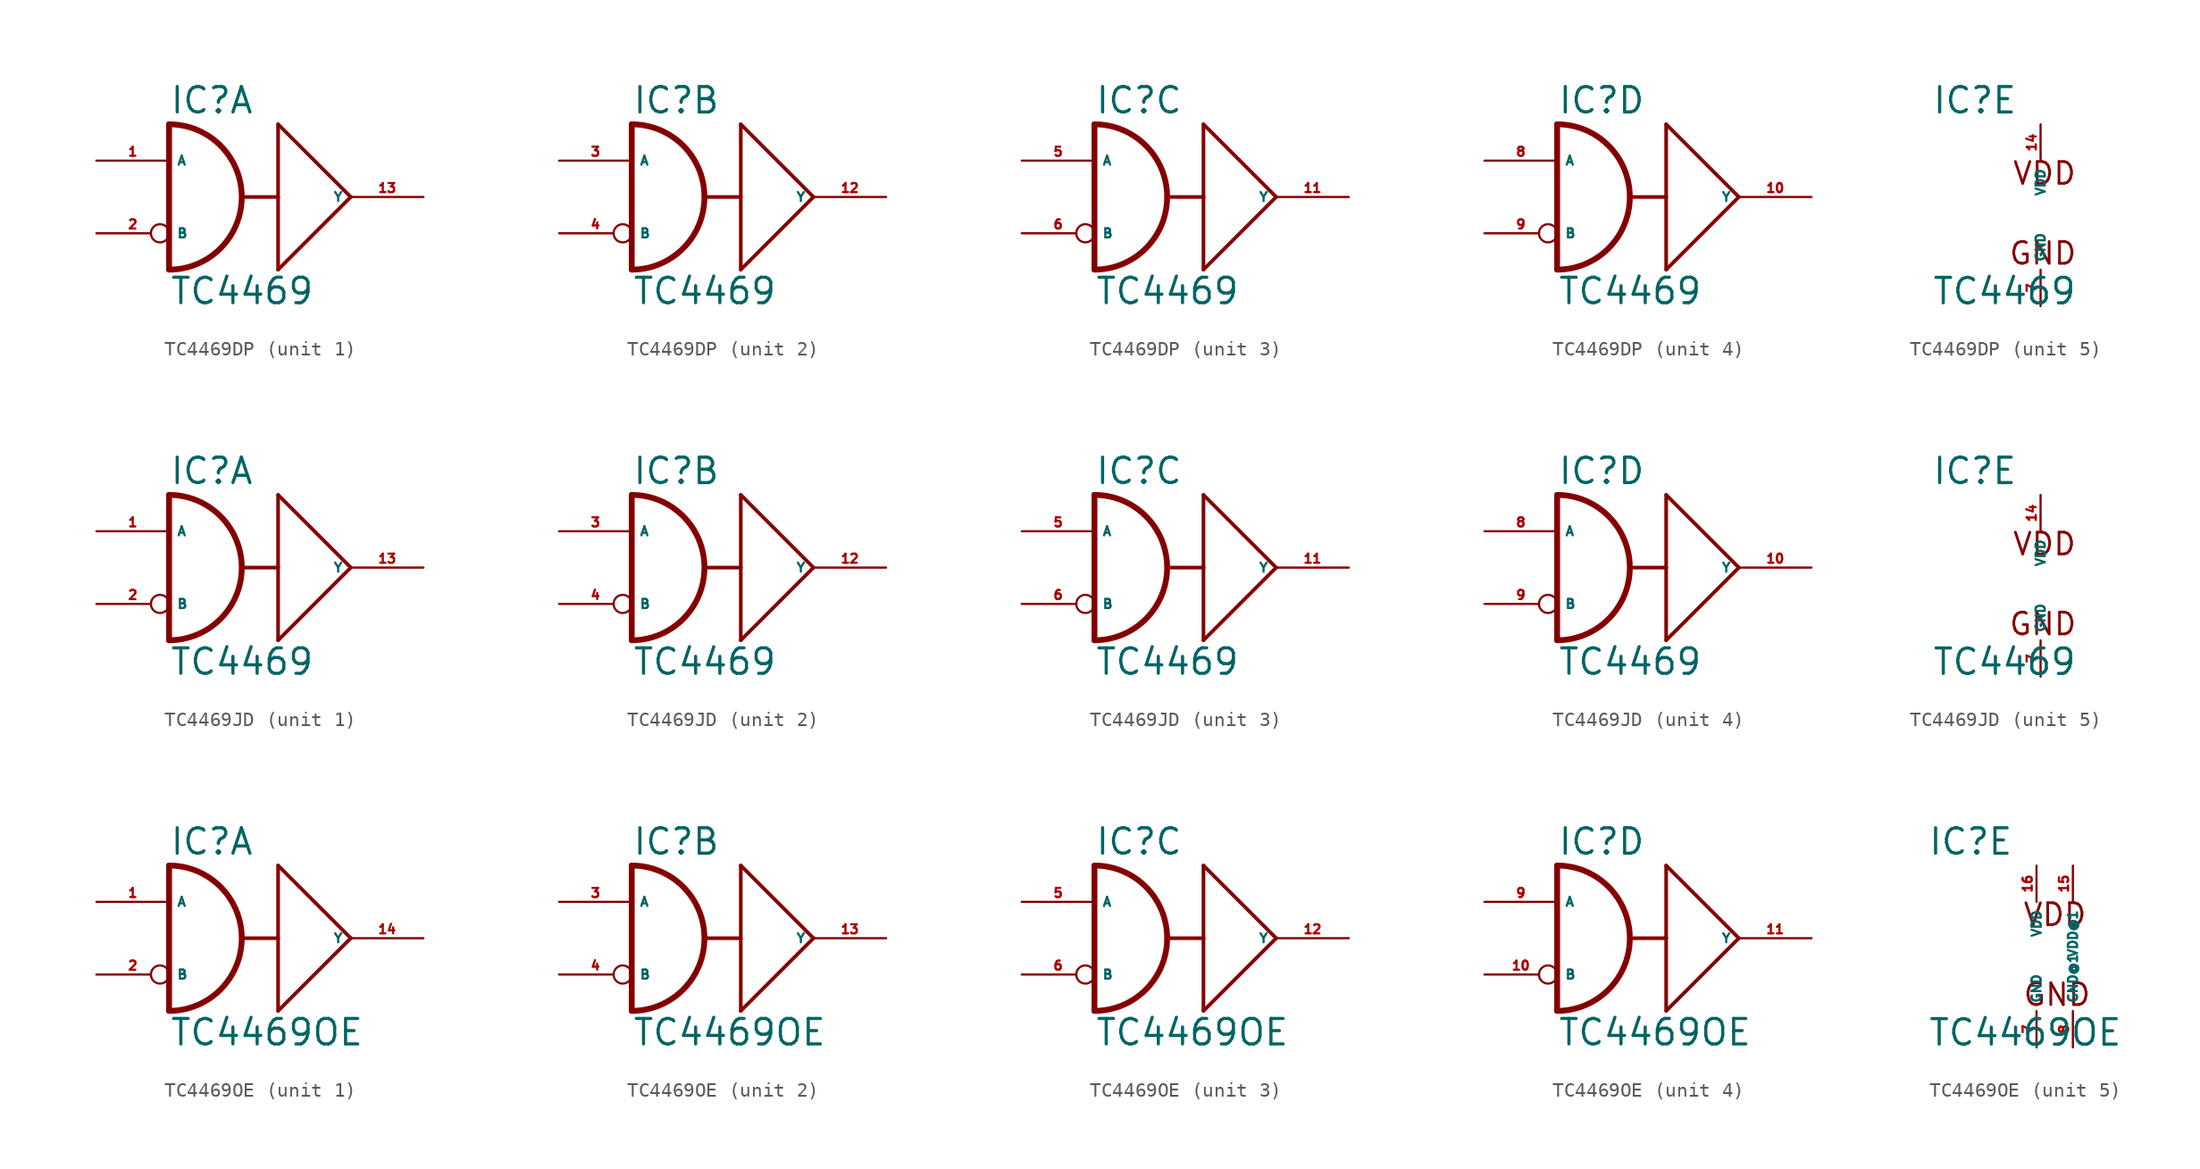
<source format=kicad_sym>
(kicad_symbol_lib
  (version 20220914)
  (generator Eagle2Kicad)
  (symbol "TC4469DP"
    (property "Reference" "IC"
      (at -7.62 5.715 0)
      (effects (font (size 1.778 1.778) (thickness 0.22)) (justify left bottom)))
    (property "Value" "TC4469"
      (at -7.62 -7.62 0)
      (effects (font (size 1.778 1.778) (thickness 0.22)) (justify left bottom)))
    (symbol "TC4469DP_1_0"
      (arc (start -7.62 -5.08) (mid -2.540 0.000) (end -7.62 5.08) (stroke (width 0.4064) (type default)) (fill (type none)))
      (polyline (pts (xy -7.62 5.08) (xy -7.62 -5.08)) (stroke (width 0.406) (type default)) (fill (type none)))
      (polyline (pts (xy 5.08 0) (xy 0 5.08)) (stroke (width 0.254) (type default)) (fill (type none)))
      (polyline (pts (xy 0 5.08) (xy 0 0)) (stroke (width 0.254) (type default)) (fill (type none)))
      (polyline (pts (xy 0 0) (xy 0 -5.08)) (stroke (width 0.254) (type default)) (fill (type none)))
      (polyline (pts (xy 0 -5.08) (xy 5.08 0)) (stroke (width 0.254) (type default)) (fill (type none)))
      (polyline (pts (xy -2.54 0) (xy 0 0)) (stroke (width 0.254) (type default)) (fill (type none)))
      (pin input line (at -12.7 2.54 0) (length 5.08) (name "A" (effects (font (size 0.635 0.635) (thickness 0.08)) (justify left bottom))) (number "1" (effects (font (size 0.635 0.635) (thickness 0.08)) (justify left bottom))))
      (pin input inverted (at -12.7 -2.54 0) (length 5.08) (name "B" (effects (font (size 0.635 0.635) (thickness 0.08)) (justify left bottom))) (number "2" (effects (font (size 0.635 0.635) (thickness 0.08)) (justify left bottom))))
      (pin output line (at 10.16 0 180) (length 5.08) (name "Y" (effects (font (size 0.635 0.635) (thickness 0.08)) (justify left bottom))) (number "13" (effects (font (size 0.635 0.635) (thickness 0.08)) (justify left bottom)))))
    (symbol "TC4469DP_2_0"
      (arc (start -7.62 -5.08) (mid -2.540 0.000) (end -7.62 5.08) (stroke (width 0.4064) (type default)) (fill (type none)))
      (polyline (pts (xy -7.62 5.08) (xy -7.62 -5.08)) (stroke (width 0.406) (type default)) (fill (type none)))
      (polyline (pts (xy 5.08 0) (xy 0 5.08)) (stroke (width 0.254) (type default)) (fill (type none)))
      (polyline (pts (xy 0 5.08) (xy 0 0)) (stroke (width 0.254) (type default)) (fill (type none)))
      (polyline (pts (xy 0 0) (xy 0 -5.08)) (stroke (width 0.254) (type default)) (fill (type none)))
      (polyline (pts (xy 0 -5.08) (xy 5.08 0)) (stroke (width 0.254) (type default)) (fill (type none)))
      (polyline (pts (xy -2.54 0) (xy 0 0)) (stroke (width 0.254) (type default)) (fill (type none)))
      (pin input line (at -12.7 2.54 0) (length 5.08) (name "A" (effects (font (size 0.635 0.635) (thickness 0.08)) (justify left bottom))) (number "3" (effects (font (size 0.635 0.635) (thickness 0.08)) (justify left bottom))))
      (pin input inverted (at -12.7 -2.54 0) (length 5.08) (name "B" (effects (font (size 0.635 0.635) (thickness 0.08)) (justify left bottom))) (number "4" (effects (font (size 0.635 0.635) (thickness 0.08)) (justify left bottom))))
      (pin output line (at 10.16 0 180) (length 5.08) (name "Y" (effects (font (size 0.635 0.635) (thickness 0.08)) (justify left bottom))) (number "12" (effects (font (size 0.635 0.635) (thickness 0.08)) (justify left bottom)))))
    (symbol "TC4469DP_3_0"
      (arc (start -7.62 -5.08) (mid -2.540 0.000) (end -7.62 5.08) (stroke (width 0.4064) (type default)) (fill (type none)))
      (polyline (pts (xy -7.62 5.08) (xy -7.62 -5.08)) (stroke (width 0.406) (type default)) (fill (type none)))
      (polyline (pts (xy 5.08 0) (xy 0 5.08)) (stroke (width 0.254) (type default)) (fill (type none)))
      (polyline (pts (xy 0 5.08) (xy 0 0)) (stroke (width 0.254) (type default)) (fill (type none)))
      (polyline (pts (xy 0 0) (xy 0 -5.08)) (stroke (width 0.254) (type default)) (fill (type none)))
      (polyline (pts (xy 0 -5.08) (xy 5.08 0)) (stroke (width 0.254) (type default)) (fill (type none)))
      (polyline (pts (xy -2.54 0) (xy 0 0)) (stroke (width 0.254) (type default)) (fill (type none)))
      (pin input line (at -12.7 2.54 0) (length 5.08) (name "A" (effects (font (size 0.635 0.635) (thickness 0.08)) (justify left bottom))) (number "5" (effects (font (size 0.635 0.635) (thickness 0.08)) (justify left bottom))))
      (pin input inverted (at -12.7 -2.54 0) (length 5.08) (name "B" (effects (font (size 0.635 0.635) (thickness 0.08)) (justify left bottom))) (number "6" (effects (font (size 0.635 0.635) (thickness 0.08)) (justify left bottom))))
      (pin output line (at 10.16 0 180) (length 5.08) (name "Y" (effects (font (size 0.635 0.635) (thickness 0.08)) (justify left bottom))) (number "11" (effects (font (size 0.635 0.635) (thickness 0.08)) (justify left bottom)))))
    (symbol "TC4469DP_4_0"
      (arc (start -7.62 -5.08) (mid -2.540 0.000) (end -7.62 5.08) (stroke (width 0.4064) (type default)) (fill (type none)))
      (polyline (pts (xy -7.62 5.08) (xy -7.62 -5.08)) (stroke (width 0.406) (type default)) (fill (type none)))
      (polyline (pts (xy 5.08 0) (xy 0 5.08)) (stroke (width 0.254) (type default)) (fill (type none)))
      (polyline (pts (xy 0 5.08) (xy 0 0)) (stroke (width 0.254) (type default)) (fill (type none)))
      (polyline (pts (xy 0 0) (xy 0 -5.08)) (stroke (width 0.254) (type default)) (fill (type none)))
      (polyline (pts (xy 0 -5.08) (xy 5.08 0)) (stroke (width 0.254) (type default)) (fill (type none)))
      (polyline (pts (xy -2.54 0) (xy 0 0)) (stroke (width 0.254) (type default)) (fill (type none)))
      (pin input line (at -12.7 2.54 0) (length 5.08) (name "A" (effects (font (size 0.635 0.635) (thickness 0.08)) (justify left bottom))) (number "8" (effects (font (size 0.635 0.635) (thickness 0.08)) (justify left bottom))))
      (pin input inverted (at -12.7 -2.54 0) (length 5.08) (name "B" (effects (font (size 0.635 0.635) (thickness 0.08)) (justify left bottom))) (number "9" (effects (font (size 0.635 0.635) (thickness 0.08)) (justify left bottom))))
      (pin output line (at 10.16 0 180) (length 5.08) (name "Y" (effects (font (size 0.635 0.635) (thickness 0.08)) (justify left bottom))) (number "10" (effects (font (size 0.635 0.635) (thickness 0.08)) (justify left bottom)))))
    (symbol "TC4469DP_5_0"
      (text "VDD" (at -2.032 0.762 0) (effects (font (size 1.524 1.524) (thickness 0.19)) (justify left bottom)))
      (text "GND" (at -2.286 -4.826 0) (effects (font (size 1.524 1.524) (thickness 0.19)) (justify left bottom)))
      (pin unspecified line (at 0 5.08 270) (length 2.54) (name "VDD" (effects (font (size 0.635 0.635) (thickness 0.08)) (justify left bottom))) (number "14" (effects (font (size 0.635 0.635) (thickness 0.08)) (justify left bottom))))
      (pin unspecified line (at 0 -7.62 90) (length 2.54) (name "GND" (effects (font (size 0.635 0.635) (thickness 0.08)) (justify left bottom))) (number "7" (effects (font (size 0.635 0.635) (thickness 0.08)) (justify left bottom))))))
  (symbol "TC4469JD"
    (property "Reference" "IC"
      (at -7.62 5.715 0)
      (effects (font (size 1.778 1.778) (thickness 0.22)) (justify left bottom)))
    (property "Value" "TC4469"
      (at -7.62 -7.62 0)
      (effects (font (size 1.778 1.778) (thickness 0.22)) (justify left bottom)))
    (symbol "TC4469JD_1_0"
      (arc (start -7.62 -5.08) (mid -2.540 0.000) (end -7.62 5.08) (stroke (width 0.4064) (type default)) (fill (type none)))
      (polyline (pts (xy -7.62 5.08) (xy -7.62 -5.08)) (stroke (width 0.406) (type default)) (fill (type none)))
      (polyline (pts (xy 5.08 0) (xy 0 5.08)) (stroke (width 0.254) (type default)) (fill (type none)))
      (polyline (pts (xy 0 5.08) (xy 0 0)) (stroke (width 0.254) (type default)) (fill (type none)))
      (polyline (pts (xy 0 0) (xy 0 -5.08)) (stroke (width 0.254) (type default)) (fill (type none)))
      (polyline (pts (xy 0 -5.08) (xy 5.08 0)) (stroke (width 0.254) (type default)) (fill (type none)))
      (polyline (pts (xy -2.54 0) (xy 0 0)) (stroke (width 0.254) (type default)) (fill (type none)))
      (pin input line (at -12.7 2.54 0) (length 5.08) (name "A" (effects (font (size 0.635 0.635) (thickness 0.08)) (justify left bottom))) (number "1" (effects (font (size 0.635 0.635) (thickness 0.08)) (justify left bottom))))
      (pin input inverted (at -12.7 -2.54 0) (length 5.08) (name "B" (effects (font (size 0.635 0.635) (thickness 0.08)) (justify left bottom))) (number "2" (effects (font (size 0.635 0.635) (thickness 0.08)) (justify left bottom))))
      (pin output line (at 10.16 0 180) (length 5.08) (name "Y" (effects (font (size 0.635 0.635) (thickness 0.08)) (justify left bottom))) (number "13" (effects (font (size 0.635 0.635) (thickness 0.08)) (justify left bottom)))))
    (symbol "TC4469JD_2_0"
      (arc (start -7.62 -5.08) (mid -2.540 0.000) (end -7.62 5.08) (stroke (width 0.4064) (type default)) (fill (type none)))
      (polyline (pts (xy -7.62 5.08) (xy -7.62 -5.08)) (stroke (width 0.406) (type default)) (fill (type none)))
      (polyline (pts (xy 5.08 0) (xy 0 5.08)) (stroke (width 0.254) (type default)) (fill (type none)))
      (polyline (pts (xy 0 5.08) (xy 0 0)) (stroke (width 0.254) (type default)) (fill (type none)))
      (polyline (pts (xy 0 0) (xy 0 -5.08)) (stroke (width 0.254) (type default)) (fill (type none)))
      (polyline (pts (xy 0 -5.08) (xy 5.08 0)) (stroke (width 0.254) (type default)) (fill (type none)))
      (polyline (pts (xy -2.54 0) (xy 0 0)) (stroke (width 0.254) (type default)) (fill (type none)))
      (pin input line (at -12.7 2.54 0) (length 5.08) (name "A" (effects (font (size 0.635 0.635) (thickness 0.08)) (justify left bottom))) (number "3" (effects (font (size 0.635 0.635) (thickness 0.08)) (justify left bottom))))
      (pin input inverted (at -12.7 -2.54 0) (length 5.08) (name "B" (effects (font (size 0.635 0.635) (thickness 0.08)) (justify left bottom))) (number "4" (effects (font (size 0.635 0.635) (thickness 0.08)) (justify left bottom))))
      (pin output line (at 10.16 0 180) (length 5.08) (name "Y" (effects (font (size 0.635 0.635) (thickness 0.08)) (justify left bottom))) (number "12" (effects (font (size 0.635 0.635) (thickness 0.08)) (justify left bottom)))))
    (symbol "TC4469JD_3_0"
      (arc (start -7.62 -5.08) (mid -2.540 0.000) (end -7.62 5.08) (stroke (width 0.4064) (type default)) (fill (type none)))
      (polyline (pts (xy -7.62 5.08) (xy -7.62 -5.08)) (stroke (width 0.406) (type default)) (fill (type none)))
      (polyline (pts (xy 5.08 0) (xy 0 5.08)) (stroke (width 0.254) (type default)) (fill (type none)))
      (polyline (pts (xy 0 5.08) (xy 0 0)) (stroke (width 0.254) (type default)) (fill (type none)))
      (polyline (pts (xy 0 0) (xy 0 -5.08)) (stroke (width 0.254) (type default)) (fill (type none)))
      (polyline (pts (xy 0 -5.08) (xy 5.08 0)) (stroke (width 0.254) (type default)) (fill (type none)))
      (polyline (pts (xy -2.54 0) (xy 0 0)) (stroke (width 0.254) (type default)) (fill (type none)))
      (pin input line (at -12.7 2.54 0) (length 5.08) (name "A" (effects (font (size 0.635 0.635) (thickness 0.08)) (justify left bottom))) (number "5" (effects (font (size 0.635 0.635) (thickness 0.08)) (justify left bottom))))
      (pin input inverted (at -12.7 -2.54 0) (length 5.08) (name "B" (effects (font (size 0.635 0.635) (thickness 0.08)) (justify left bottom))) (number "6" (effects (font (size 0.635 0.635) (thickness 0.08)) (justify left bottom))))
      (pin output line (at 10.16 0 180) (length 5.08) (name "Y" (effects (font (size 0.635 0.635) (thickness 0.08)) (justify left bottom))) (number "11" (effects (font (size 0.635 0.635) (thickness 0.08)) (justify left bottom)))))
    (symbol "TC4469JD_4_0"
      (arc (start -7.62 -5.08) (mid -2.540 0.000) (end -7.62 5.08) (stroke (width 0.4064) (type default)) (fill (type none)))
      (polyline (pts (xy -7.62 5.08) (xy -7.62 -5.08)) (stroke (width 0.406) (type default)) (fill (type none)))
      (polyline (pts (xy 5.08 0) (xy 0 5.08)) (stroke (width 0.254) (type default)) (fill (type none)))
      (polyline (pts (xy 0 5.08) (xy 0 0)) (stroke (width 0.254) (type default)) (fill (type none)))
      (polyline (pts (xy 0 0) (xy 0 -5.08)) (stroke (width 0.254) (type default)) (fill (type none)))
      (polyline (pts (xy 0 -5.08) (xy 5.08 0)) (stroke (width 0.254) (type default)) (fill (type none)))
      (polyline (pts (xy -2.54 0) (xy 0 0)) (stroke (width 0.254) (type default)) (fill (type none)))
      (pin input line (at -12.7 2.54 0) (length 5.08) (name "A" (effects (font (size 0.635 0.635) (thickness 0.08)) (justify left bottom))) (number "8" (effects (font (size 0.635 0.635) (thickness 0.08)) (justify left bottom))))
      (pin input inverted (at -12.7 -2.54 0) (length 5.08) (name "B" (effects (font (size 0.635 0.635) (thickness 0.08)) (justify left bottom))) (number "9" (effects (font (size 0.635 0.635) (thickness 0.08)) (justify left bottom))))
      (pin output line (at 10.16 0 180) (length 5.08) (name "Y" (effects (font (size 0.635 0.635) (thickness 0.08)) (justify left bottom))) (number "10" (effects (font (size 0.635 0.635) (thickness 0.08)) (justify left bottom)))))
    (symbol "TC4469JD_5_0"
      (text "VDD" (at -2.032 0.762 0) (effects (font (size 1.524 1.524) (thickness 0.19)) (justify left bottom)))
      (text "GND" (at -2.286 -4.826 0) (effects (font (size 1.524 1.524) (thickness 0.19)) (justify left bottom)))
      (pin unspecified line (at 0 5.08 270) (length 2.54) (name "VDD" (effects (font (size 0.635 0.635) (thickness 0.08)) (justify left bottom))) (number "14" (effects (font (size 0.635 0.635) (thickness 0.08)) (justify left bottom))))
      (pin unspecified line (at 0 -7.62 90) (length 2.54) (name "GND" (effects (font (size 0.635 0.635) (thickness 0.08)) (justify left bottom))) (number "7" (effects (font (size 0.635 0.635) (thickness 0.08)) (justify left bottom))))))
  (symbol "TC4469OE"
    (property "Reference" "IC"
      (at -7.62 5.715 0)
      (effects (font (size 1.778 1.778) (thickness 0.22)) (justify left bottom)))
    (property "Value" "TC4469OE"
      (at -7.62 -7.62 0)
      (effects (font (size 1.778 1.778) (thickness 0.22)) (justify left bottom)))
    (symbol "TC4469OE_1_0"
      (arc (start -7.62 -5.08) (mid -2.540 0.000) (end -7.62 5.08) (stroke (width 0.4064) (type default)) (fill (type none)))
      (polyline (pts (xy -7.62 5.08) (xy -7.62 -5.08)) (stroke (width 0.406) (type default)) (fill (type none)))
      (polyline (pts (xy 5.08 0) (xy 0 5.08)) (stroke (width 0.254) (type default)) (fill (type none)))
      (polyline (pts (xy 0 5.08) (xy 0 0)) (stroke (width 0.254) (type default)) (fill (type none)))
      (polyline (pts (xy 0 0) (xy 0 -5.08)) (stroke (width 0.254) (type default)) (fill (type none)))
      (polyline (pts (xy 0 -5.08) (xy 5.08 0)) (stroke (width 0.254) (type default)) (fill (type none)))
      (polyline (pts (xy -2.54 0) (xy 0 0)) (stroke (width 0.254) (type default)) (fill (type none)))
      (pin input line (at -12.7 2.54 0) (length 5.08) (name "A" (effects (font (size 0.635 0.635) (thickness 0.08)) (justify left bottom))) (number "1" (effects (font (size 0.635 0.635) (thickness 0.08)) (justify left bottom))))
      (pin input inverted (at -12.7 -2.54 0) (length 5.08) (name "B" (effects (font (size 0.635 0.635) (thickness 0.08)) (justify left bottom))) (number "2" (effects (font (size 0.635 0.635) (thickness 0.08)) (justify left bottom))))
      (pin output line (at 10.16 0 180) (length 5.08) (name "Y" (effects (font (size 0.635 0.635) (thickness 0.08)) (justify left bottom))) (number "14" (effects (font (size 0.635 0.635) (thickness 0.08)) (justify left bottom)))))
    (symbol "TC4469OE_2_0"
      (arc (start -7.62 -5.08) (mid -2.540 0.000) (end -7.62 5.08) (stroke (width 0.4064) (type default)) (fill (type none)))
      (polyline (pts (xy -7.62 5.08) (xy -7.62 -5.08)) (stroke (width 0.406) (type default)) (fill (type none)))
      (polyline (pts (xy 5.08 0) (xy 0 5.08)) (stroke (width 0.254) (type default)) (fill (type none)))
      (polyline (pts (xy 0 5.08) (xy 0 0)) (stroke (width 0.254) (type default)) (fill (type none)))
      (polyline (pts (xy 0 0) (xy 0 -5.08)) (stroke (width 0.254) (type default)) (fill (type none)))
      (polyline (pts (xy 0 -5.08) (xy 5.08 0)) (stroke (width 0.254) (type default)) (fill (type none)))
      (polyline (pts (xy -2.54 0) (xy 0 0)) (stroke (width 0.254) (type default)) (fill (type none)))
      (pin input line (at -12.7 2.54 0) (length 5.08) (name "A" (effects (font (size 0.635 0.635) (thickness 0.08)) (justify left bottom))) (number "3" (effects (font (size 0.635 0.635) (thickness 0.08)) (justify left bottom))))
      (pin input inverted (at -12.7 -2.54 0) (length 5.08) (name "B" (effects (font (size 0.635 0.635) (thickness 0.08)) (justify left bottom))) (number "4" (effects (font (size 0.635 0.635) (thickness 0.08)) (justify left bottom))))
      (pin output line (at 10.16 0 180) (length 5.08) (name "Y" (effects (font (size 0.635 0.635) (thickness 0.08)) (justify left bottom))) (number "13" (effects (font (size 0.635 0.635) (thickness 0.08)) (justify left bottom)))))
    (symbol "TC4469OE_3_0"
      (arc (start -7.62 -5.08) (mid -2.540 0.000) (end -7.62 5.08) (stroke (width 0.4064) (type default)) (fill (type none)))
      (polyline (pts (xy -7.62 5.08) (xy -7.62 -5.08)) (stroke (width 0.406) (type default)) (fill (type none)))
      (polyline (pts (xy 5.08 0) (xy 0 5.08)) (stroke (width 0.254) (type default)) (fill (type none)))
      (polyline (pts (xy 0 5.08) (xy 0 0)) (stroke (width 0.254) (type default)) (fill (type none)))
      (polyline (pts (xy 0 0) (xy 0 -5.08)) (stroke (width 0.254) (type default)) (fill (type none)))
      (polyline (pts (xy 0 -5.08) (xy 5.08 0)) (stroke (width 0.254) (type default)) (fill (type none)))
      (polyline (pts (xy -2.54 0) (xy 0 0)) (stroke (width 0.254) (type default)) (fill (type none)))
      (pin input line (at -12.7 2.54 0) (length 5.08) (name "A" (effects (font (size 0.635 0.635) (thickness 0.08)) (justify left bottom))) (number "5" (effects (font (size 0.635 0.635) (thickness 0.08)) (justify left bottom))))
      (pin input inverted (at -12.7 -2.54 0) (length 5.08) (name "B" (effects (font (size 0.635 0.635) (thickness 0.08)) (justify left bottom))) (number "6" (effects (font (size 0.635 0.635) (thickness 0.08)) (justify left bottom))))
      (pin output line (at 10.16 0 180) (length 5.08) (name "Y" (effects (font (size 0.635 0.635) (thickness 0.08)) (justify left bottom))) (number "12" (effects (font (size 0.635 0.635) (thickness 0.08)) (justify left bottom)))))
    (symbol "TC4469OE_4_0"
      (arc (start -7.62 -5.08) (mid -2.540 0.000) (end -7.62 5.08) (stroke (width 0.4064) (type default)) (fill (type none)))
      (polyline (pts (xy -7.62 5.08) (xy -7.62 -5.08)) (stroke (width 0.406) (type default)) (fill (type none)))
      (polyline (pts (xy 5.08 0) (xy 0 5.08)) (stroke (width 0.254) (type default)) (fill (type none)))
      (polyline (pts (xy 0 5.08) (xy 0 0)) (stroke (width 0.254) (type default)) (fill (type none)))
      (polyline (pts (xy 0 0) (xy 0 -5.08)) (stroke (width 0.254) (type default)) (fill (type none)))
      (polyline (pts (xy 0 -5.08) (xy 5.08 0)) (stroke (width 0.254) (type default)) (fill (type none)))
      (polyline (pts (xy -2.54 0) (xy 0 0)) (stroke (width 0.254) (type default)) (fill (type none)))
      (pin input line (at -12.7 2.54 0) (length 5.08) (name "A" (effects (font (size 0.635 0.635) (thickness 0.08)) (justify left bottom))) (number "9" (effects (font (size 0.635 0.635) (thickness 0.08)) (justify left bottom))))
      (pin input inverted (at -12.7 -2.54 0) (length 5.08) (name "B" (effects (font (size 0.635 0.635) (thickness 0.08)) (justify left bottom))) (number "10" (effects (font (size 0.635 0.635) (thickness 0.08)) (justify left bottom))))
      (pin output line (at 10.16 0 180) (length 5.08) (name "Y" (effects (font (size 0.635 0.635) (thickness 0.08)) (justify left bottom))) (number "11" (effects (font (size 0.635 0.635) (thickness 0.08)) (justify left bottom)))))
    (symbol "TC4469OE_5_0"
      (text "VDD" (at -1.016 0.762 0) (effects (font (size 1.524 1.524) (thickness 0.19)) (justify left bottom)))
      (text "GND" (at -1.016 -4.826 0) (effects (font (size 1.524 1.524) (thickness 0.19)) (justify left bottom)))
      (pin unspecified line (at 0 5.08 270) (length 2.54) (name "VDD" (effects (font (size 0.635 0.635) (thickness 0.08)) (justify left bottom))) (number "16" (effects (font (size 0.635 0.635) (thickness 0.08)) (justify left bottom))))
      (pin unspecified line (at 0 -7.62 90) (length 2.54) (name "GND" (effects (font (size 0.635 0.635) (thickness 0.08)) (justify left bottom))) (number "7" (effects (font (size 0.635 0.635) (thickness 0.08)) (justify left bottom))))
      (pin unspecified line (at 2.54 5.08 270) (length 2.54) (name "VDD@1" (effects (font (size 0.635 0.635) (thickness 0.08)) (justify left bottom))) (number "15" (effects (font (size 0.635 0.635) (thickness 0.08)) (justify left bottom))))
      (pin unspecified line (at 2.54 -7.62 90) (length 2.54) (name "GND@1" (effects (font (size 0.635 0.635) (thickness 0.08)) (justify left bottom))) (number "8" (effects (font (size 0.635 0.635) (thickness 0.08)) (justify left bottom)))))))
</source>
